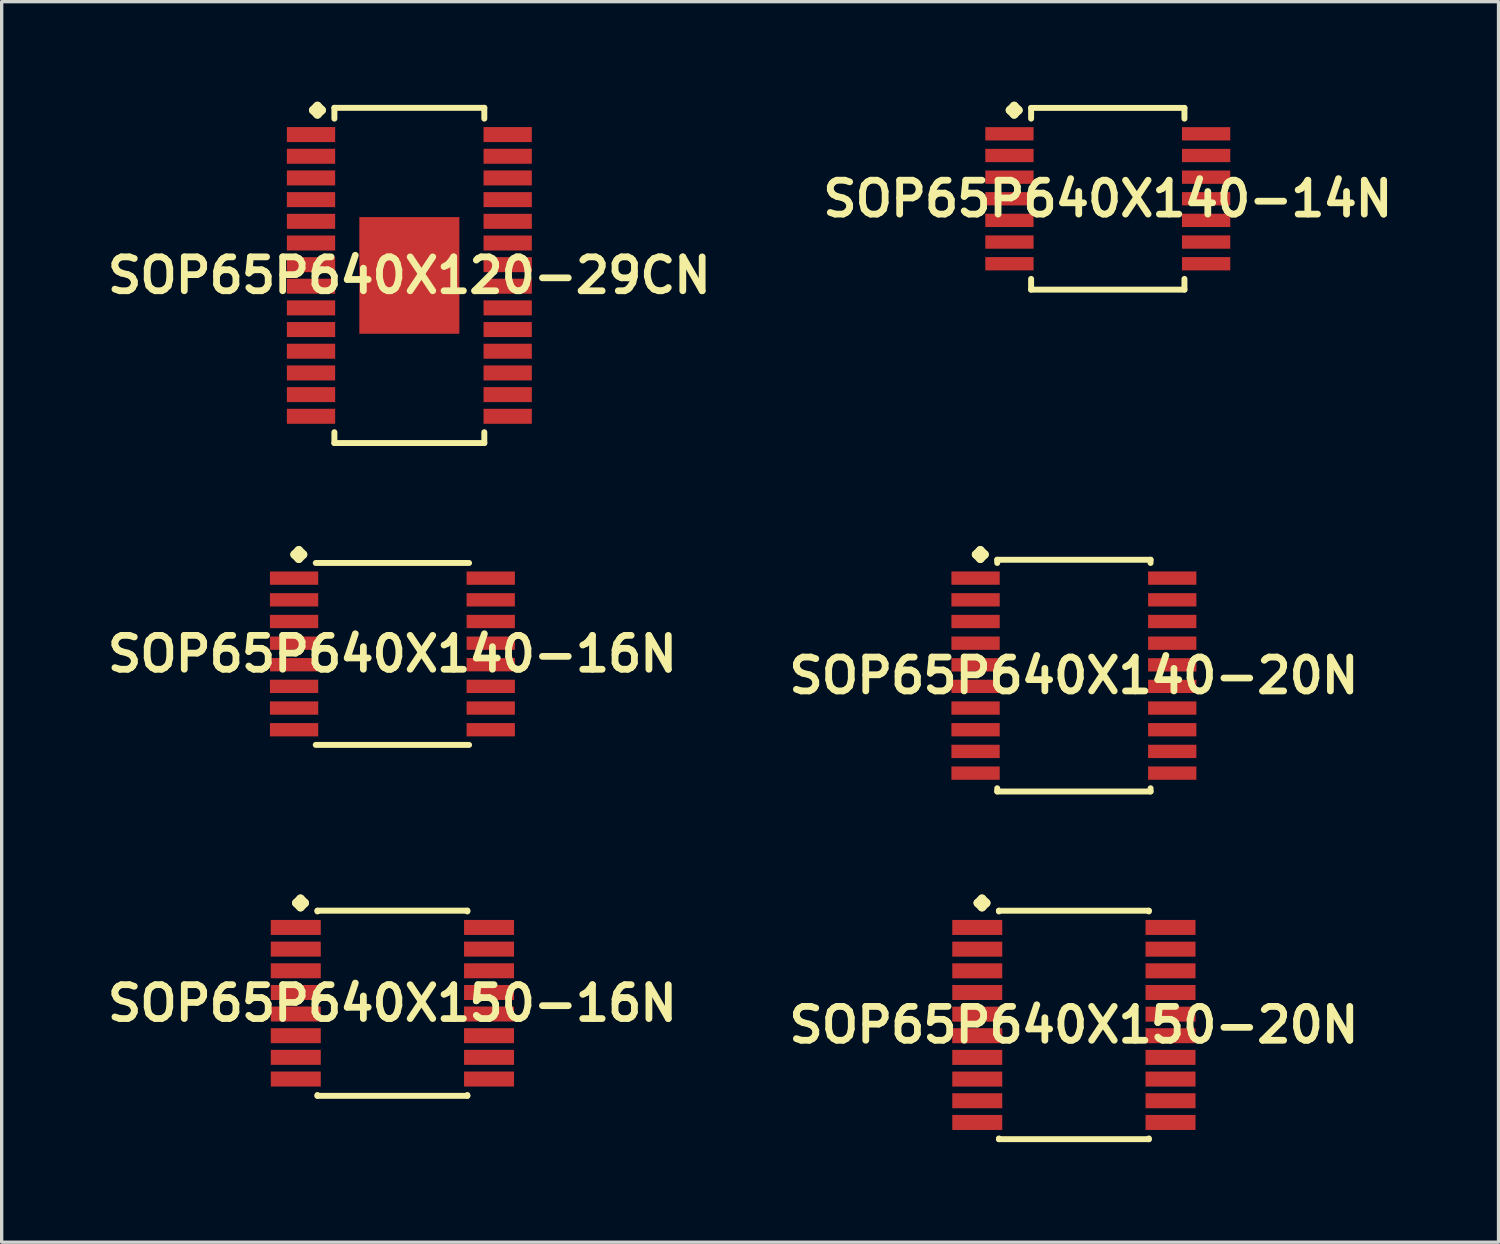
<source format=kicad_pcb>
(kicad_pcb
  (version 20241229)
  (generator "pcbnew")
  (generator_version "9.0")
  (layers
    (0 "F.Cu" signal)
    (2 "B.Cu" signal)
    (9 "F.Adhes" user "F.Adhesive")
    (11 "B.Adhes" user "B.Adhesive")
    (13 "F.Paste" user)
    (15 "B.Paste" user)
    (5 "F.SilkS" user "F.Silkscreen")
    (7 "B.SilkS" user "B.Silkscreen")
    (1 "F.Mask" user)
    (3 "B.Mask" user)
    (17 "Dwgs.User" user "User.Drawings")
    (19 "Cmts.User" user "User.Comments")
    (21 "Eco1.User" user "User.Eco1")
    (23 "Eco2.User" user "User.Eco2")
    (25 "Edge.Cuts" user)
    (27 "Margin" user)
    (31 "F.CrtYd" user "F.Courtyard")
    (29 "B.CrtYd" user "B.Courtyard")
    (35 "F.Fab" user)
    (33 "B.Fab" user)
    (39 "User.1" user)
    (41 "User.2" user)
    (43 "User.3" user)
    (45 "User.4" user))
  (footprint "SOP65P640X150-20N"
    (layer "F.Cu")
    (at 29.155 27.687)
    (property "Reference" "SOP65P640X150-20N" (at 0 0 0) (layer "F.SilkS") (effects (font (size 1.016 1.016) (thickness 0.203))))
    (attr smd)
    (fp_line (start -2.883 -3.658) (end -2.756 -3.785) (stroke (width 0.254) (type solid)) (layer "F.SilkS"))
    (fp_line (start -2.756 -3.785) (end -2.629 -3.658) (stroke (width 0.254) (type solid)) (layer "F.SilkS"))
    (fp_line (start -2.756 -3.531) (end -2.883 -3.658) (stroke (width 0.254) (type solid)) (layer "F.SilkS"))
    (fp_line (start -2.629 -3.658) (end -2.756 -3.531) (stroke (width 0.254) (type solid)) (layer "F.SilkS"))
    (fp_line (start -2.248 -3.426) (end 2.248 -3.426) (stroke (width 0.178) (type solid)) (layer "F.SilkS"))
    (fp_line (start -2.248 -3.404) (end -2.248 -3.426) (stroke (width 0.178) (type solid)) (layer "F.SilkS"))
    (fp_line (start -2.248 3.404) (end -2.248 3.426) (stroke (width 0.178) (type solid)) (layer "F.SilkS"))
    (fp_line (start -2.248 3.426) (end 2.248 3.426) (stroke (width 0.178) (type solid)) (layer "F.SilkS"))
    (fp_line (start 2.248 -3.426) (end 2.248 -3.404) (stroke (width 0.178) (type solid)) (layer "F.SilkS"))
    (fp_line (start 2.248 3.426) (end 2.248 3.404) (stroke (width 0.178) (type solid)) (layer "F.SilkS"))
    (pad "1" smd rect (at -2.898 -2.924) (size 1.499 0.45) (layers "F.Cu" "F.Mask" "F.Paste"))
    (pad "2" smd rect (at -2.898 -2.273) (size 1.499 0.45) (layers "F.Cu" "F.Mask" "F.Paste"))
    (pad "3" smd rect (at -2.898 -1.623) (size 1.499 0.45) (layers "F.Cu" "F.Mask" "F.Paste"))
    (pad "4" smd rect (at -2.898 -0.973) (size 1.499 0.45) (layers "F.Cu" "F.Mask" "F.Paste"))
    (pad "5" smd rect (at -2.898 -0.323) (size 1.499 0.45) (layers "F.Cu" "F.Mask" "F.Paste"))
    (pad "6" smd rect (at -2.898 0.323) (size 1.499 0.45) (layers "F.Cu" "F.Mask" "F.Paste"))
    (pad "7" smd rect (at -2.898 0.973) (size 1.499 0.45) (layers "F.Cu" "F.Mask" "F.Paste"))
    (pad "8" smd rect (at -2.898 1.623) (size 1.499 0.45) (layers "F.Cu" "F.Mask" "F.Paste"))
    (pad "9" smd rect (at -2.898 2.273) (size 1.499 0.45) (layers "F.Cu" "F.Mask" "F.Paste"))
    (pad "10" smd rect (at -2.898 2.924) (size 1.499 0.45) (layers "F.Cu" "F.Mask" "F.Paste"))
    (pad "11" smd rect (at 2.898 2.924) (size 1.499 0.45) (layers "F.Cu" "F.Mask" "F.Paste"))
    (pad "12" smd rect (at 2.898 2.273) (size 1.499 0.45) (layers "F.Cu" "F.Mask" "F.Paste"))
    (pad "13" smd rect (at 2.898 1.623) (size 1.499 0.45) (layers "F.Cu" "F.Mask" "F.Paste"))
    (pad "14" smd rect (at 2.898 0.973) (size 1.499 0.45) (layers "F.Cu" "F.Mask" "F.Paste"))
    (pad "15" smd rect (at 2.898 0.323) (size 1.499 0.45) (layers "F.Cu" "F.Mask" "F.Paste"))
    (pad "16" smd rect (at 2.898 -0.323) (size 1.499 0.45) (layers "F.Cu" "F.Mask" "F.Paste"))
    (pad "17" smd rect (at 2.898 -0.973) (size 1.499 0.45) (layers "F.Cu" "F.Mask" "F.Paste"))
    (pad "18" smd rect (at 2.898 -1.623) (size 1.499 0.45) (layers "F.Cu" "F.Mask" "F.Paste"))
    (pad "19" smd rect (at 2.898 -2.273) (size 1.499 0.45) (layers "F.Cu" "F.Mask" "F.Paste"))
    (pad "20" smd rect (at 2.898 -2.924) (size 1.499 0.45) (layers "F.Cu" "F.Mask" "F.Paste")))
  (footprint "SOP65P640X140-16N"
    (layer "F.Cu")
    (at 8.718 16.561)
    (property "Reference" "SOP65P640X140-16N" (at 0 0 0) (layer "F.SilkS") (effects (font (size 1.016 1.016) (thickness 0.203))))
    (attr smd)
    (fp_line (start -2.934 -2.982) (end -2.807 -3.109) (stroke (width 0.254) (type solid)) (layer "F.SilkS"))
    (fp_line (start -2.807 -3.109) (end -2.68 -2.982) (stroke (width 0.254) (type solid)) (layer "F.SilkS"))
    (fp_line (start -2.807 -2.855) (end -2.934 -2.982) (stroke (width 0.254) (type solid)) (layer "F.SilkS"))
    (fp_line (start -2.68 -2.982) (end -2.807 -2.855) (stroke (width 0.254) (type solid)) (layer "F.SilkS"))
    (fp_line (start -2.299 -2.728) (end 2.299 -2.728) (stroke (width 0.178) (type solid)) (layer "F.SilkS"))
    (fp_line (start -2.299 2.728) (end 2.299 2.728) (stroke (width 0.178) (type solid)) (layer "F.SilkS"))
    (pad "1" smd rect (at -2.949 -2.273) (size 1.448 0.399) (layers "F.Cu" "F.Mask" "F.Paste"))
    (pad "2" smd rect (at -2.949 -1.623) (size 1.448 0.399) (layers "F.Cu" "F.Mask" "F.Paste"))
    (pad "3" smd rect (at -2.949 -0.973) (size 1.448 0.399) (layers "F.Cu" "F.Mask" "F.Paste"))
    (pad "4" smd rect (at -2.949 -0.323) (size 1.448 0.399) (layers "F.Cu" "F.Mask" "F.Paste"))
    (pad "5" smd rect (at -2.949 0.323) (size 1.448 0.399) (layers "F.Cu" "F.Mask" "F.Paste"))
    (pad "6" smd rect (at -2.949 0.973) (size 1.448 0.399) (layers "F.Cu" "F.Mask" "F.Paste"))
    (pad "7" smd rect (at -2.949 1.623) (size 1.448 0.399) (layers "F.Cu" "F.Mask" "F.Paste"))
    (pad "8" smd rect (at -2.949 2.273) (size 1.448 0.399) (layers "F.Cu" "F.Mask" "F.Paste"))
    (pad "9" smd rect (at 2.949 2.273) (size 1.448 0.399) (layers "F.Cu" "F.Mask" "F.Paste"))
    (pad "10" smd rect (at 2.949 1.623) (size 1.448 0.399) (layers "F.Cu" "F.Mask" "F.Paste"))
    (pad "11" smd rect (at 2.949 0.973) (size 1.448 0.399) (layers "F.Cu" "F.Mask" "F.Paste"))
    (pad "12" smd rect (at 2.949 0.323) (size 1.448 0.399) (layers "F.Cu" "F.Mask" "F.Paste"))
    (pad "13" smd rect (at 2.949 -0.323) (size 1.448 0.399) (layers "F.Cu" "F.Mask" "F.Paste"))
    (pad "14" smd rect (at 2.949 -0.973) (size 1.448 0.399) (layers "F.Cu" "F.Mask" "F.Paste"))
    (pad "15" smd rect (at 2.949 -1.623) (size 1.448 0.399) (layers "F.Cu" "F.Mask" "F.Paste"))
    (pad "16" smd rect (at 2.949 -2.273) (size 1.448 0.399) (layers "F.Cu" "F.Mask" "F.Paste")))
  (footprint "SOP65P640X120-29CN"
    (layer "F.Cu")
    (at 9.226 5.21)
    (property "Reference" "SOP65P640X120-29CN" (at 0 0 0) (layer "F.SilkS") (effects (font (size 1.016 1.016) (thickness 0.203))))
    (attr smd)
    (fp_line (start -2.883 -4.956) (end -2.756 -5.083) (stroke (width 0.254) (type solid)) (layer "F.SilkS"))
    (fp_line (start -2.756 -5.083) (end -2.629 -4.956) (stroke (width 0.254) (type solid)) (layer "F.SilkS"))
    (fp_line (start -2.756 -4.829) (end -2.883 -4.956) (stroke (width 0.254) (type solid)) (layer "F.SilkS"))
    (fp_line (start -2.629 -4.956) (end -2.756 -4.829) (stroke (width 0.254) (type solid)) (layer "F.SilkS"))
    (fp_line (start -2.248 -5.027) (end 2.248 -5.027) (stroke (width 0.178) (type solid)) (layer "F.SilkS"))
    (fp_line (start -2.248 -4.702) (end -2.248 -5.027) (stroke (width 0.178) (type solid)) (layer "F.SilkS"))
    (fp_line (start -2.248 4.702) (end -2.248 5.027) (stroke (width 0.178) (type solid)) (layer "F.SilkS"))
    (fp_line (start -2.248 5.027) (end 2.248 5.027) (stroke (width 0.178) (type solid)) (layer "F.SilkS"))
    (fp_line (start 2.248 -5.027) (end 2.248 -4.702) (stroke (width 0.178) (type solid)) (layer "F.SilkS"))
    (fp_line (start 2.248 5.027) (end 2.248 4.702) (stroke (width 0.178) (type solid)) (layer "F.SilkS"))
    (pad "1" smd rect (at -2.949 -4.224) (size 1.448 0.45) (layers "F.Cu" "F.Mask" "F.Paste"))
    (pad "2" smd rect (at -2.949 -3.574) (size 1.448 0.45) (layers "F.Cu" "F.Mask" "F.Paste"))
    (pad "3" smd rect (at -2.949 -2.924) (size 1.448 0.45) (layers "F.Cu" "F.Mask" "F.Paste"))
    (pad "4" smd rect (at -2.949 -2.273) (size 1.448 0.45) (layers "F.Cu" "F.Mask" "F.Paste"))
    (pad "5" smd rect (at -2.949 -1.623) (size 1.448 0.45) (layers "F.Cu" "F.Mask" "F.Paste"))
    (pad "6" smd rect (at -2.949 -0.973) (size 1.448 0.45) (layers "F.Cu" "F.Mask" "F.Paste"))
    (pad "7" smd rect (at -2.949 -0.323) (size 1.448 0.45) (layers "F.Cu" "F.Mask" "F.Paste"))
    (pad "8" smd rect (at -2.949 0.323) (size 1.448 0.45) (layers "F.Cu" "F.Mask" "F.Paste"))
    (pad "9" smd rect (at -2.949 0.973) (size 1.448 0.45) (layers "F.Cu" "F.Mask" "F.Paste"))
    (pad "10" smd rect (at -2.949 1.623) (size 1.448 0.45) (layers "F.Cu" "F.Mask" "F.Paste"))
    (pad "11" smd rect (at -2.949 2.273) (size 1.448 0.45) (layers "F.Cu" "F.Mask" "F.Paste"))
    (pad "12" smd rect (at -2.949 2.924) (size 1.448 0.45) (layers "F.Cu" "F.Mask" "F.Paste"))
    (pad "13" smd rect (at -2.949 3.574) (size 1.448 0.45) (layers "F.Cu" "F.Mask" "F.Paste"))
    (pad "14" smd rect (at -2.949 4.224) (size 1.448 0.45) (layers "F.Cu" "F.Mask" "F.Paste"))
    (pad "15" smd rect (at 2.949 4.224) (size 1.448 0.45) (layers "F.Cu" "F.Mask" "F.Paste"))
    (pad "16" smd rect (at 2.949 3.574) (size 1.448 0.45) (layers "F.Cu" "F.Mask" "F.Paste"))
    (pad "17" smd rect (at 2.949 2.924) (size 1.448 0.45) (layers "F.Cu" "F.Mask" "F.Paste"))
    (pad "18" smd rect (at 2.949 2.273) (size 1.448 0.45) (layers "F.Cu" "F.Mask" "F.Paste"))
    (pad "19" smd rect (at 2.949 1.623) (size 1.448 0.45) (layers "F.Cu" "F.Mask" "F.Paste"))
    (pad "20" smd rect (at 2.949 0.973) (size 1.448 0.45) (layers "F.Cu" "F.Mask" "F.Paste"))
    (pad "21" smd rect (at 2.949 0.323) (size 1.448 0.45) (layers "F.Cu" "F.Mask" "F.Paste"))
    (pad "22" smd rect (at 2.949 -0.323) (size 1.448 0.45) (layers "F.Cu" "F.Mask" "F.Paste"))
    (pad "23" smd rect (at 2.949 -0.973) (size 1.448 0.45) (layers "F.Cu" "F.Mask" "F.Paste"))
    (pad "24" smd rect (at 2.949 -1.623) (size 1.448 0.45) (layers "F.Cu" "F.Mask" "F.Paste"))
    (pad "25" smd rect (at 2.949 -2.273) (size 1.448 0.45) (layers "F.Cu" "F.Mask" "F.Paste"))
    (pad "26" smd rect (at 2.949 -2.924) (size 1.448 0.45) (layers "F.Cu" "F.Mask" "F.Paste"))
    (pad "27" smd rect (at 2.949 -3.574) (size 1.448 0.45) (layers "F.Cu" "F.Mask" "F.Paste"))
    (pad "28" smd rect (at 2.949 -4.224) (size 1.448 0.45) (layers "F.Cu" "F.Mask" "F.Paste"))
    (pad "29" smd rect (at 0 0) (size 3 3.498) (layers "F.Cu" "F.Mask" "F.Paste")))
  (footprint "SOP65P640X140-14N"
    (layer "F.Cu")
    (at 30.171 2.911)
    (property "Reference" "SOP65P640X140-14N" (at 0 0 0) (layer "F.SilkS") (effects (font (size 1.016 1.016) (thickness 0.203))))
    (attr smd)
    (fp_line (start -2.934 -2.657) (end -2.807 -2.784) (stroke (width 0.254) (type solid)) (layer "F.SilkS"))
    (fp_line (start -2.807 -2.784) (end -2.68 -2.657) (stroke (width 0.254) (type solid)) (layer "F.SilkS"))
    (fp_line (start -2.807 -2.53) (end -2.934 -2.657) (stroke (width 0.254) (type solid)) (layer "F.SilkS"))
    (fp_line (start -2.68 -2.657) (end -2.807 -2.53) (stroke (width 0.254) (type solid)) (layer "F.SilkS"))
    (fp_line (start -2.299 -2.725) (end 2.299 -2.725) (stroke (width 0.178) (type solid)) (layer "F.SilkS"))
    (fp_line (start -2.299 -2.403) (end -2.299 -2.725) (stroke (width 0.178) (type solid)) (layer "F.SilkS"))
    (fp_line (start -2.299 2.403) (end -2.299 2.725) (stroke (width 0.178) (type solid)) (layer "F.SilkS"))
    (fp_line (start -2.299 2.725) (end 2.299 2.725) (stroke (width 0.178) (type solid)) (layer "F.SilkS"))
    (fp_line (start 2.299 -2.725) (end 2.299 -2.403) (stroke (width 0.178) (type solid)) (layer "F.SilkS"))
    (fp_line (start 2.299 2.725) (end 2.299 2.403) (stroke (width 0.178) (type solid)) (layer "F.SilkS"))
    (pad "1" smd rect (at -2.949 -1.948) (size 1.448 0.399) (layers "F.Cu" "F.Mask" "F.Paste"))
    (pad "2" smd rect (at -2.949 -1.298) (size 1.448 0.399) (layers "F.Cu" "F.Mask" "F.Paste"))
    (pad "3" smd rect (at -2.949 -0.648) (size 1.448 0.399) (layers "F.Cu" "F.Mask" "F.Paste"))
    (pad "4" smd rect (at -2.949 0) (size 1.448 0.399) (layers "F.Cu" "F.Mask" "F.Paste"))
    (pad "5" smd rect (at -2.949 0.648) (size 1.448 0.399) (layers "F.Cu" "F.Mask" "F.Paste"))
    (pad "6" smd rect (at -2.949 1.298) (size 1.448 0.399) (layers "F.Cu" "F.Mask" "F.Paste"))
    (pad "7" smd rect (at -2.949 1.948) (size 1.448 0.399) (layers "F.Cu" "F.Mask" "F.Paste"))
    (pad "8" smd rect (at 2.949 1.948) (size 1.448 0.399) (layers "F.Cu" "F.Mask" "F.Paste"))
    (pad "9" smd rect (at 2.949 1.298) (size 1.448 0.399) (layers "F.Cu" "F.Mask" "F.Paste"))
    (pad "10" smd rect (at 2.949 0.648) (size 1.448 0.399) (layers "F.Cu" "F.Mask" "F.Paste"))
    (pad "11" smd rect (at 2.949 0) (size 1.448 0.399) (layers "F.Cu" "F.Mask" "F.Paste"))
    (pad "12" smd rect (at 2.949 -0.648) (size 1.448 0.399) (layers "F.Cu" "F.Mask" "F.Paste"))
    (pad "13" smd rect (at 2.949 -1.298) (size 1.448 0.399) (layers "F.Cu" "F.Mask" "F.Paste"))
    (pad "14" smd rect (at 2.949 -1.948) (size 1.448 0.399) (layers "F.Cu" "F.Mask" "F.Paste")))
  (footprint "SOP65P640X140-20N"
    (layer "F.Cu")
    (at 29.155 17.211)
    (property "Reference" "SOP65P640X140-20N" (at 0 0 0) (layer "F.SilkS") (effects (font (size 1.016 1.016) (thickness 0.203))))
    (attr smd)
    (fp_line (start -2.934 -3.632) (end -2.807 -3.759) (stroke (width 0.254) (type solid)) (layer "F.SilkS"))
    (fp_line (start -2.807 -3.759) (end -2.68 -3.632) (stroke (width 0.254) (type solid)) (layer "F.SilkS"))
    (fp_line (start -2.807 -3.505) (end -2.934 -3.632) (stroke (width 0.254) (type solid)) (layer "F.SilkS"))
    (fp_line (start -2.68 -3.632) (end -2.807 -3.505) (stroke (width 0.254) (type solid)) (layer "F.SilkS"))
    (fp_line (start -2.299 -3.475) (end 2.299 -3.475) (stroke (width 0.178) (type solid)) (layer "F.SilkS"))
    (fp_line (start -2.299 -3.378) (end -2.299 -3.475) (stroke (width 0.178) (type solid)) (layer "F.SilkS"))
    (fp_line (start -2.299 3.378) (end -2.299 3.475) (stroke (width 0.178) (type solid)) (layer "F.SilkS"))
    (fp_line (start -2.299 3.475) (end 2.299 3.475) (stroke (width 0.178) (type solid)) (layer "F.SilkS"))
    (fp_line (start 2.299 -3.475) (end 2.299 -3.378) (stroke (width 0.178) (type solid)) (layer "F.SilkS"))
    (fp_line (start 2.299 3.475) (end 2.299 3.378) (stroke (width 0.178) (type solid)) (layer "F.SilkS"))
    (pad "1" smd rect (at -2.949 -2.924) (size 1.448 0.399) (layers "F.Cu" "F.Mask" "F.Paste"))
    (pad "2" smd rect (at -2.949 -2.273) (size 1.448 0.399) (layers "F.Cu" "F.Mask" "F.Paste"))
    (pad "3" smd rect (at -2.949 -1.623) (size 1.448 0.399) (layers "F.Cu" "F.Mask" "F.Paste"))
    (pad "4" smd rect (at -2.949 -0.973) (size 1.448 0.399) (layers "F.Cu" "F.Mask" "F.Paste"))
    (pad "5" smd rect (at -2.949 -0.323) (size 1.448 0.399) (layers "F.Cu" "F.Mask" "F.Paste"))
    (pad "6" smd rect (at -2.949 0.323) (size 1.448 0.399) (layers "F.Cu" "F.Mask" "F.Paste"))
    (pad "7" smd rect (at -2.949 0.973) (size 1.448 0.399) (layers "F.Cu" "F.Mask" "F.Paste"))
    (pad "8" smd rect (at -2.949 1.623) (size 1.448 0.399) (layers "F.Cu" "F.Mask" "F.Paste"))
    (pad "9" smd rect (at -2.949 2.273) (size 1.448 0.399) (layers "F.Cu" "F.Mask" "F.Paste"))
    (pad "10" smd rect (at -2.949 2.924) (size 1.448 0.399) (layers "F.Cu" "F.Mask" "F.Paste"))
    (pad "11" smd rect (at 2.949 2.924) (size 1.448 0.399) (layers "F.Cu" "F.Mask" "F.Paste"))
    (pad "12" smd rect (at 2.949 2.273) (size 1.448 0.399) (layers "F.Cu" "F.Mask" "F.Paste"))
    (pad "13" smd rect (at 2.949 1.623) (size 1.448 0.399) (layers "F.Cu" "F.Mask" "F.Paste"))
    (pad "14" smd rect (at 2.949 0.973) (size 1.448 0.399) (layers "F.Cu" "F.Mask" "F.Paste"))
    (pad "15" smd rect (at 2.949 0.323) (size 1.448 0.399) (layers "F.Cu" "F.Mask" "F.Paste"))
    (pad "16" smd rect (at 2.949 -0.323) (size 1.448 0.399) (layers "F.Cu" "F.Mask" "F.Paste"))
    (pad "17" smd rect (at 2.949 -0.973) (size 1.448 0.399) (layers "F.Cu" "F.Mask" "F.Paste"))
    (pad "18" smd rect (at 2.949 -1.623) (size 1.448 0.399) (layers "F.Cu" "F.Mask" "F.Paste"))
    (pad "19" smd rect (at 2.949 -2.273) (size 1.448 0.399) (layers "F.Cu" "F.Mask" "F.Paste"))
    (pad "20" smd rect (at 2.949 -2.924) (size 1.448 0.399) (layers "F.Cu" "F.Mask" "F.Paste")))
  (footprint "SOP65P640X150-16N"
    (layer "F.Cu")
    (at 8.718 27.036)
    (property "Reference" "SOP65P640X150-16N" (at 0 0 0) (layer "F.SilkS") (effects (font (size 1.016 1.016) (thickness 0.203))))
    (attr smd)
    (fp_line (start -2.883 -3.007) (end -2.756 -3.134) (stroke (width 0.254) (type solid)) (layer "F.SilkS"))
    (fp_line (start -2.756 -3.134) (end -2.629 -3.007) (stroke (width 0.254) (type solid)) (layer "F.SilkS"))
    (fp_line (start -2.756 -2.88) (end -2.883 -3.007) (stroke (width 0.254) (type solid)) (layer "F.SilkS"))
    (fp_line (start -2.629 -3.007) (end -2.756 -2.88) (stroke (width 0.254) (type solid)) (layer "F.SilkS"))
    (fp_line (start -2.248 -2.776) (end 2.248 -2.776) (stroke (width 0.178) (type solid)) (layer "F.SilkS"))
    (fp_line (start -2.248 -2.753) (end -2.248 -2.776) (stroke (width 0.178) (type solid)) (layer "F.SilkS"))
    (fp_line (start -2.248 2.753) (end -2.248 2.776) (stroke (width 0.178) (type solid)) (layer "F.SilkS"))
    (fp_line (start -2.248 2.776) (end 2.248 2.776) (stroke (width 0.178) (type solid)) (layer "F.SilkS"))
    (fp_line (start 2.248 -2.776) (end 2.248 -2.753) (stroke (width 0.178) (type solid)) (layer "F.SilkS"))
    (fp_line (start 2.248 2.776) (end 2.248 2.753) (stroke (width 0.178) (type solid)) (layer "F.SilkS"))
    (pad "1" smd rect (at -2.898 -2.273) (size 1.499 0.45) (layers "F.Cu" "F.Mask" "F.Paste"))
    (pad "2" smd rect (at -2.898 -1.623) (size 1.499 0.45) (layers "F.Cu" "F.Mask" "F.Paste"))
    (pad "3" smd rect (at -2.898 -0.973) (size 1.499 0.45) (layers "F.Cu" "F.Mask" "F.Paste"))
    (pad "4" smd rect (at -2.898 -0.323) (size 1.499 0.45) (layers "F.Cu" "F.Mask" "F.Paste"))
    (pad "5" smd rect (at -2.898 0.323) (size 1.499 0.45) (layers "F.Cu" "F.Mask" "F.Paste"))
    (pad "6" smd rect (at -2.898 0.973) (size 1.499 0.45) (layers "F.Cu" "F.Mask" "F.Paste"))
    (pad "7" smd rect (at -2.898 1.623) (size 1.499 0.45) (layers "F.Cu" "F.Mask" "F.Paste"))
    (pad "8" smd rect (at -2.898 2.273) (size 1.499 0.45) (layers "F.Cu" "F.Mask" "F.Paste"))
    (pad "9" smd rect (at 2.898 2.273) (size 1.499 0.45) (layers "F.Cu" "F.Mask" "F.Paste"))
    (pad "10" smd rect (at 2.898 1.623) (size 1.499 0.45) (layers "F.Cu" "F.Mask" "F.Paste"))
    (pad "11" smd rect (at 2.898 0.973) (size 1.499 0.45) (layers "F.Cu" "F.Mask" "F.Paste"))
    (pad "12" smd rect (at 2.898 0.323) (size 1.499 0.45) (layers "F.Cu" "F.Mask" "F.Paste"))
    (pad "13" smd rect (at 2.898 -0.323) (size 1.499 0.45) (layers "F.Cu" "F.Mask" "F.Paste"))
    (pad "14" smd rect (at 2.898 -0.973) (size 1.499 0.45) (layers "F.Cu" "F.Mask" "F.Paste"))
    (pad "15" smd rect (at 2.898 -1.623) (size 1.499 0.45) (layers "F.Cu" "F.Mask" "F.Paste"))
    (pad "16" smd rect (at 2.898 -2.273) (size 1.499 0.45) (layers "F.Cu" "F.Mask" "F.Paste")))
  (gr_rect
    (start -3 -3)
    (end 41.889 34.202)
    (stroke (width 0.1) (type default))
    (fill no)
    (layer "Edge.Cuts")))
</source>
